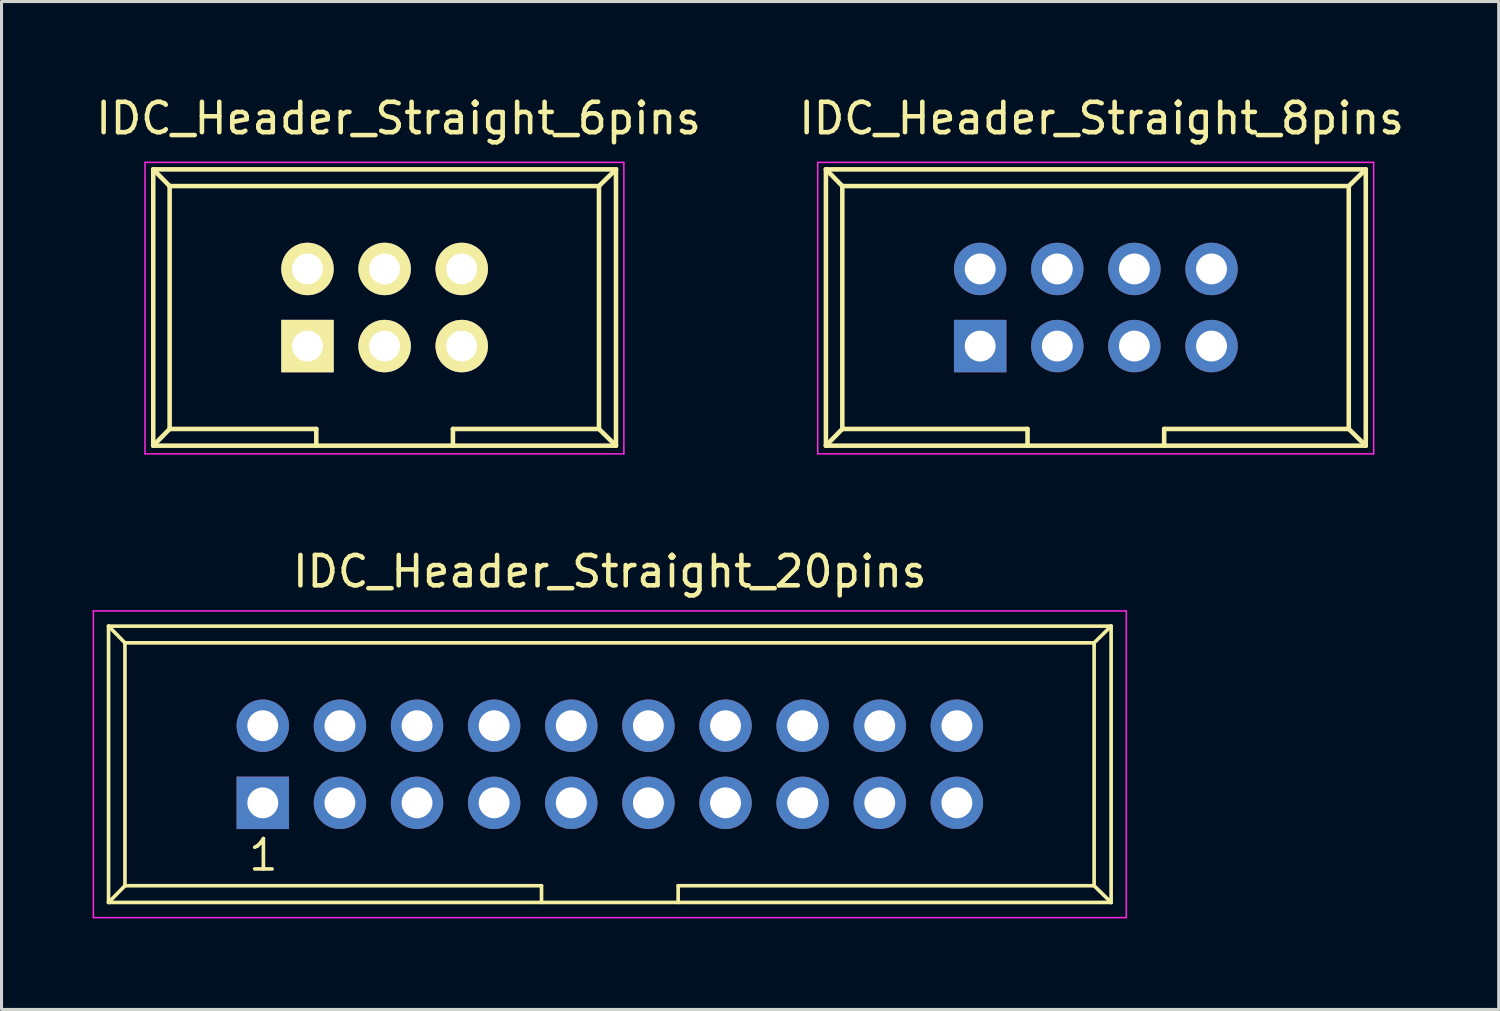
<source format=kicad_pcb>
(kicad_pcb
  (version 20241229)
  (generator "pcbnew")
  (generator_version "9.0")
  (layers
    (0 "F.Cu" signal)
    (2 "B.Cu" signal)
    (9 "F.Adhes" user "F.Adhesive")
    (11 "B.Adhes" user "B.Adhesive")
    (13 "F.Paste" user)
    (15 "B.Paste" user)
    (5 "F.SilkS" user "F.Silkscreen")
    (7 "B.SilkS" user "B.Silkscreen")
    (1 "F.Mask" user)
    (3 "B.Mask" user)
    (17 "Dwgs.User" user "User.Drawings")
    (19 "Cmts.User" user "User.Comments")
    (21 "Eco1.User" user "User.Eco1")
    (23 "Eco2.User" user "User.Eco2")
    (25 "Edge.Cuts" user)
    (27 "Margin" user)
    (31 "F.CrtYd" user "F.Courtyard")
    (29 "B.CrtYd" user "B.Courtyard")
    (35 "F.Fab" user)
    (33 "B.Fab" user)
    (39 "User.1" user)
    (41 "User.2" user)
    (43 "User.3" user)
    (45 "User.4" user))
  (footprint "IDC_Header_Straight_20pins"
    (layer "F.Cu")
    (at 5.605 23.392)
    (property "Reference" "IDC_Header_Straight_20pins" (at 11.43 -7.62 0) (layer "F.SilkS") (effects (font (size 1 1) (thickness 0.15))))
    (attr through_hole)
    (fp_line (start -5.08 -5.82) (end -5.08 3.28) (stroke (width 0.12) (type solid)) (layer "F.SilkS"))
    (fp_line (start -5.08 -5.82) (end -4.54 -5.27) (stroke (width 0.12) (type solid)) (layer "F.SilkS"))
    (fp_line (start -5.08 -5.82) (end 27.94 -5.82) (stroke (width 0.12) (type solid)) (layer "F.SilkS"))
    (fp_line (start -5.08 3.28) (end -4.54 2.73) (stroke (width 0.12) (type solid)) (layer "F.SilkS"))
    (fp_line (start -5.08 3.28) (end 27.94 3.28) (stroke (width 0.12) (type solid)) (layer "F.SilkS"))
    (fp_line (start -4.54 -5.27) (end -4.54 2.73) (stroke (width 0.12) (type solid)) (layer "F.SilkS"))
    (fp_line (start -4.54 -5.27) (end 27.38 -5.27) (stroke (width 0.12) (type solid)) (layer "F.SilkS"))
    (fp_line (start -4.54 2.73) (end 9.18 2.73) (stroke (width 0.12) (type solid)) (layer "F.SilkS"))
    (fp_line (start 9.18 2.73) (end 9.18 3.28) (stroke (width 0.12) (type solid)) (layer "F.SilkS"))
    (fp_line (start 13.68 2.73) (end 13.68 3.28) (stroke (width 0.12) (type solid)) (layer "F.SilkS"))
    (fp_line (start 13.68 2.73) (end 27.38 2.73) (stroke (width 0.12) (type solid)) (layer "F.SilkS"))
    (fp_line (start 27.38 -5.27) (end 27.38 2.73) (stroke (width 0.12) (type solid)) (layer "F.SilkS"))
    (fp_line (start 27.94 -5.82) (end 27.38 -5.27) (stroke (width 0.12) (type solid)) (layer "F.SilkS"))
    (fp_line (start 27.94 -5.82) (end 27.94 3.28) (stroke (width 0.12) (type solid)) (layer "F.SilkS"))
    (fp_line (start 27.94 3.28) (end 27.38 2.73) (stroke (width 0.12) (type solid)) (layer "F.SilkS"))
    (fp_line (start -5.58 -6.32) (end 28.44 -6.32) (stroke (width 0.05) (type solid)) (layer "F.CrtYd"))
    (fp_line (start -5.58 3.78) (end -5.58 -6.32) (stroke (width 0.05) (type solid)) (layer "F.CrtYd"))
    (fp_line (start 28.44 -6.32) (end 28.44 3.78) (stroke (width 0.05) (type solid)) (layer "F.CrtYd"))
    (fp_line (start 28.44 3.78) (end -5.58 3.78) (stroke (width 0.05) (type solid)) (layer "F.CrtYd"))
    (fp_text user "1" (at 0.02 1.72 0) (layer "F.SilkS") (effects (font (size 1 1) (thickness 0.12))))
    (pad "1" thru_hole rect (at 0 0) (size 1.727 1.727) (drill 1.016) (layers "*.Cu" "*.Mask"))
    (pad "2" thru_hole oval (at 0 -2.54) (size 1.727 1.727) (drill 1.016) (layers "*.Cu" "*.Mask"))
    (pad "3" thru_hole oval (at 2.54 0) (size 1.727 1.727) (drill 1.016) (layers "*.Cu" "*.Mask"))
    (pad "4" thru_hole oval (at 2.54 -2.54) (size 1.727 1.727) (drill 1.016) (layers "*.Cu" "*.Mask"))
    (pad "5" thru_hole oval (at 5.08 0) (size 1.727 1.727) (drill 1.016) (layers "*.Cu" "*.Mask"))
    (pad "6" thru_hole oval (at 5.08 -2.54) (size 1.727 1.727) (drill 1.016) (layers "*.Cu" "*.Mask"))
    (pad "7" thru_hole oval (at 7.62 0) (size 1.727 1.727) (drill 1.016) (layers "*.Cu" "*.Mask"))
    (pad "8" thru_hole oval (at 7.62 -2.54) (size 1.727 1.727) (drill 1.016) (layers "*.Cu" "*.Mask"))
    (pad "9" thru_hole oval (at 10.16 0) (size 1.727 1.727) (drill 1.016) (layers "*.Cu" "*.Mask"))
    (pad "10" thru_hole oval (at 10.16 -2.54) (size 1.727 1.727) (drill 1.016) (layers "*.Cu" "*.Mask"))
    (pad "11" thru_hole oval (at 12.7 0) (size 1.727 1.727) (drill 1.016) (layers "*.Cu" "*.Mask"))
    (pad "12" thru_hole oval (at 12.7 -2.54) (size 1.727 1.727) (drill 1.016) (layers "*.Cu" "*.Mask"))
    (pad "13" thru_hole oval (at 15.24 0) (size 1.727 1.727) (drill 1.016) (layers "*.Cu" "*.Mask"))
    (pad "14" thru_hole oval (at 15.24 -2.54) (size 1.727 1.727) (drill 1.016) (layers "*.Cu" "*.Mask"))
    (pad "15" thru_hole oval (at 17.78 0) (size 1.727 1.727) (drill 1.016) (layers "*.Cu" "*.Mask"))
    (pad "16" thru_hole oval (at 17.78 -2.54) (size 1.727 1.727) (drill 1.016) (layers "*.Cu" "*.Mask"))
    (pad "17" thru_hole oval (at 20.32 0) (size 1.727 1.727) (drill 1.016) (layers "*.Cu" "*.Mask"))
    (pad "18" thru_hole oval (at 20.32 -2.54) (size 1.727 1.727) (drill 1.016) (layers "*.Cu" "*.Mask"))
    (pad "19" thru_hole oval (at 22.86 0) (size 1.727 1.727) (drill 1.016) (layers "*.Cu" "*.Mask"))
    (pad "20" thru_hole oval (at 22.86 -2.54) (size 1.727 1.727) (drill 1.016) (layers "*.Cu" "*.Mask")))
  (footprint "IDC_Header_Straight_6pins"
    (layer "F.Cu")
    (at 7.077 8.348)
    (property "Reference" "IDC_Header_Straight_6pins" (at 3 -7.5 0) (layer "F.SilkS") (effects (font (size 1 1) (thickness 0.15))))
    (attr through_hole)
    (fp_line (start -5.08 -5.82) (end -5.08 3.28) (stroke (width 0.15) (type solid)) (layer "F.SilkS"))
    (fp_line (start -5.08 -5.82) (end -4.54 -5.27) (stroke (width 0.15) (type solid)) (layer "F.SilkS"))
    (fp_line (start -5.08 -5.82) (end 10.16 -5.82) (stroke (width 0.15) (type solid)) (layer "F.SilkS"))
    (fp_line (start -5.08 3.28) (end -4.54 2.73) (stroke (width 0.15) (type solid)) (layer "F.SilkS"))
    (fp_line (start -5.08 3.28) (end 10.16 3.28) (stroke (width 0.15) (type solid)) (layer "F.SilkS"))
    (fp_line (start -4.54 -5.27) (end -4.54 2.73) (stroke (width 0.15) (type solid)) (layer "F.SilkS"))
    (fp_line (start -4.54 -5.27) (end 9.6 -5.27) (stroke (width 0.15) (type solid)) (layer "F.SilkS"))
    (fp_line (start -4.54 2.73) (end 0.29 2.73) (stroke (width 0.15) (type solid)) (layer "F.SilkS"))
    (fp_line (start 0.29 2.73) (end 0.29 3.28) (stroke (width 0.15) (type solid)) (layer "F.SilkS"))
    (fp_line (start 4.79 2.73) (end 4.79 3.28) (stroke (width 0.15) (type solid)) (layer "F.SilkS"))
    (fp_line (start 4.79 2.73) (end 9.6 2.73) (stroke (width 0.15) (type solid)) (layer "F.SilkS"))
    (fp_line (start 9.6 -5.27) (end 9.6 2.73) (stroke (width 0.15) (type solid)) (layer "F.SilkS"))
    (fp_line (start 10.16 -5.82) (end 9.6 -5.27) (stroke (width 0.15) (type solid)) (layer "F.SilkS"))
    (fp_line (start 10.16 -5.82) (end 10.16 3.28) (stroke (width 0.15) (type solid)) (layer "F.SilkS"))
    (fp_line (start 10.16 3.28) (end 9.6 2.73) (stroke (width 0.15) (type solid)) (layer "F.SilkS"))
    (fp_line (start -5.35 -6.05) (end 10.42 -6.05) (stroke (width 0.05) (type solid)) (layer "F.CrtYd"))
    (fp_line (start -5.35 3.55) (end -5.35 -6.05) (stroke (width 0.05) (type solid)) (layer "F.CrtYd"))
    (fp_line (start 10.42 -6.05) (end 10.42 3.55) (stroke (width 0.05) (type solid)) (layer "F.CrtYd"))
    (fp_line (start 10.42 3.55) (end -5.35 3.55) (stroke (width 0.05) (type solid)) (layer "F.CrtYd"))
    (pad "1" thru_hole rect (at 0 0) (size 1.727 1.727) (drill 1.016) (layers "*.Cu" "*.Mask" "F.SilkS"))
    (pad "2" thru_hole oval (at 0 -2.54) (size 1.727 1.727) (drill 1.016) (layers "*.Cu" "*.Mask" "F.SilkS"))
    (pad "3" thru_hole oval (at 2.54 0) (size 1.727 1.727) (drill 1.016) (layers "*.Cu" "*.Mask" "F.SilkS"))
    (pad "4" thru_hole oval (at 2.54 -2.54) (size 1.727 1.727) (drill 1.016) (layers "*.Cu" "*.Mask" "F.SilkS"))
    (pad "5" thru_hole oval (at 5.08 0) (size 1.727 1.727) (drill 1.016) (layers "*.Cu" "*.Mask" "F.SilkS"))
    (pad "6" thru_hole oval (at 5.08 -2.54) (size 1.727 1.727) (drill 1.016) (layers "*.Cu" "*.Mask" "F.SilkS")))
  (footprint "IDC_Header_Straight_8pins"
    (layer "F.Cu")
    (at 29.232 8.348)
    (property "Reference" "IDC_Header_Straight_8pins" (at 4 -7.5 0) (layer "F.SilkS") (effects (font (size 1 1) (thickness 0.15))))
    (attr through_hole)
    (fp_line (start -5.08 -5.82) (end -5.08 3.28) (stroke (width 0.15) (type solid)) (layer "F.SilkS"))
    (fp_line (start -5.08 -5.82) (end -4.54 -5.27) (stroke (width 0.15) (type solid)) (layer "F.SilkS"))
    (fp_line (start -5.08 -5.82) (end 12.7 -5.82) (stroke (width 0.15) (type solid)) (layer "F.SilkS"))
    (fp_line (start -5.08 3.28) (end -4.54 2.73) (stroke (width 0.15) (type solid)) (layer "F.SilkS"))
    (fp_line (start -5.08 3.28) (end 12.7 3.28) (stroke (width 0.15) (type solid)) (layer "F.SilkS"))
    (fp_line (start -4.54 -5.27) (end -4.54 2.73) (stroke (width 0.15) (type solid)) (layer "F.SilkS"))
    (fp_line (start -4.54 -5.27) (end 12.14 -5.27) (stroke (width 0.15) (type solid)) (layer "F.SilkS"))
    (fp_line (start -4.54 2.73) (end 1.56 2.73) (stroke (width 0.15) (type solid)) (layer "F.SilkS"))
    (fp_line (start 1.56 2.73) (end 1.56 3.28) (stroke (width 0.15) (type solid)) (layer "F.SilkS"))
    (fp_line (start 6.06 2.73) (end 6.06 3.28) (stroke (width 0.15) (type solid)) (layer "F.SilkS"))
    (fp_line (start 6.06 2.73) (end 12.14 2.73) (stroke (width 0.15) (type solid)) (layer "F.SilkS"))
    (fp_line (start 12.14 -5.27) (end 12.14 2.73) (stroke (width 0.15) (type solid)) (layer "F.SilkS"))
    (fp_line (start 12.7 -5.82) (end 12.14 -5.27) (stroke (width 0.15) (type solid)) (layer "F.SilkS"))
    (fp_line (start 12.7 -5.82) (end 12.7 3.28) (stroke (width 0.15) (type solid)) (layer "F.SilkS"))
    (fp_line (start 12.7 3.28) (end 12.14 2.73) (stroke (width 0.15) (type solid)) (layer "F.SilkS"))
    (fp_line (start -5.35 -6.05) (end 12.96 -6.05) (stroke (width 0.05) (type solid)) (layer "F.CrtYd"))
    (fp_line (start -5.35 3.55) (end -5.35 -6.05) (stroke (width 0.05) (type solid)) (layer "F.CrtYd"))
    (fp_line (start 12.96 -6.05) (end 12.96 3.55) (stroke (width 0.05) (type solid)) (layer "F.CrtYd"))
    (fp_line (start 12.96 3.55) (end -5.35 3.55) (stroke (width 0.05) (type solid)) (layer "F.CrtYd"))
    (pad "1" thru_hole rect (at 0 0) (size 1.727 1.727) (drill 1.016) (layers "*.Cu" "*.Mask"))
    (pad "2" thru_hole oval (at 0 -2.54) (size 1.727 1.727) (drill 1.016) (layers "*.Cu" "*.Mask"))
    (pad "3" thru_hole oval (at 2.54 0) (size 1.727 1.727) (drill 1.016) (layers "*.Cu" "*.Mask"))
    (pad "4" thru_hole oval (at 2.54 -2.54) (size 1.727 1.727) (drill 1.016) (layers "*.Cu" "*.Mask"))
    (pad "5" thru_hole oval (at 5.08 0) (size 1.727 1.727) (drill 1.016) (layers "*.Cu" "*.Mask"))
    (pad "6" thru_hole oval (at 5.08 -2.54) (size 1.727 1.727) (drill 1.016) (layers "*.Cu" "*.Mask"))
    (pad "7" thru_hole oval (at 7.62 0) (size 1.727 1.727) (drill 1.016) (layers "*.Cu" "*.Mask"))
    (pad "8" thru_hole oval (at 7.62 -2.54) (size 1.727 1.727) (drill 1.016) (layers "*.Cu" "*.Mask")))
  (gr_rect
    (start -3 -3)
    (end 46.31 30.197)
    (stroke (width 0.1) (type default))
    (fill no)
    (layer "Edge.Cuts")))
</source>
